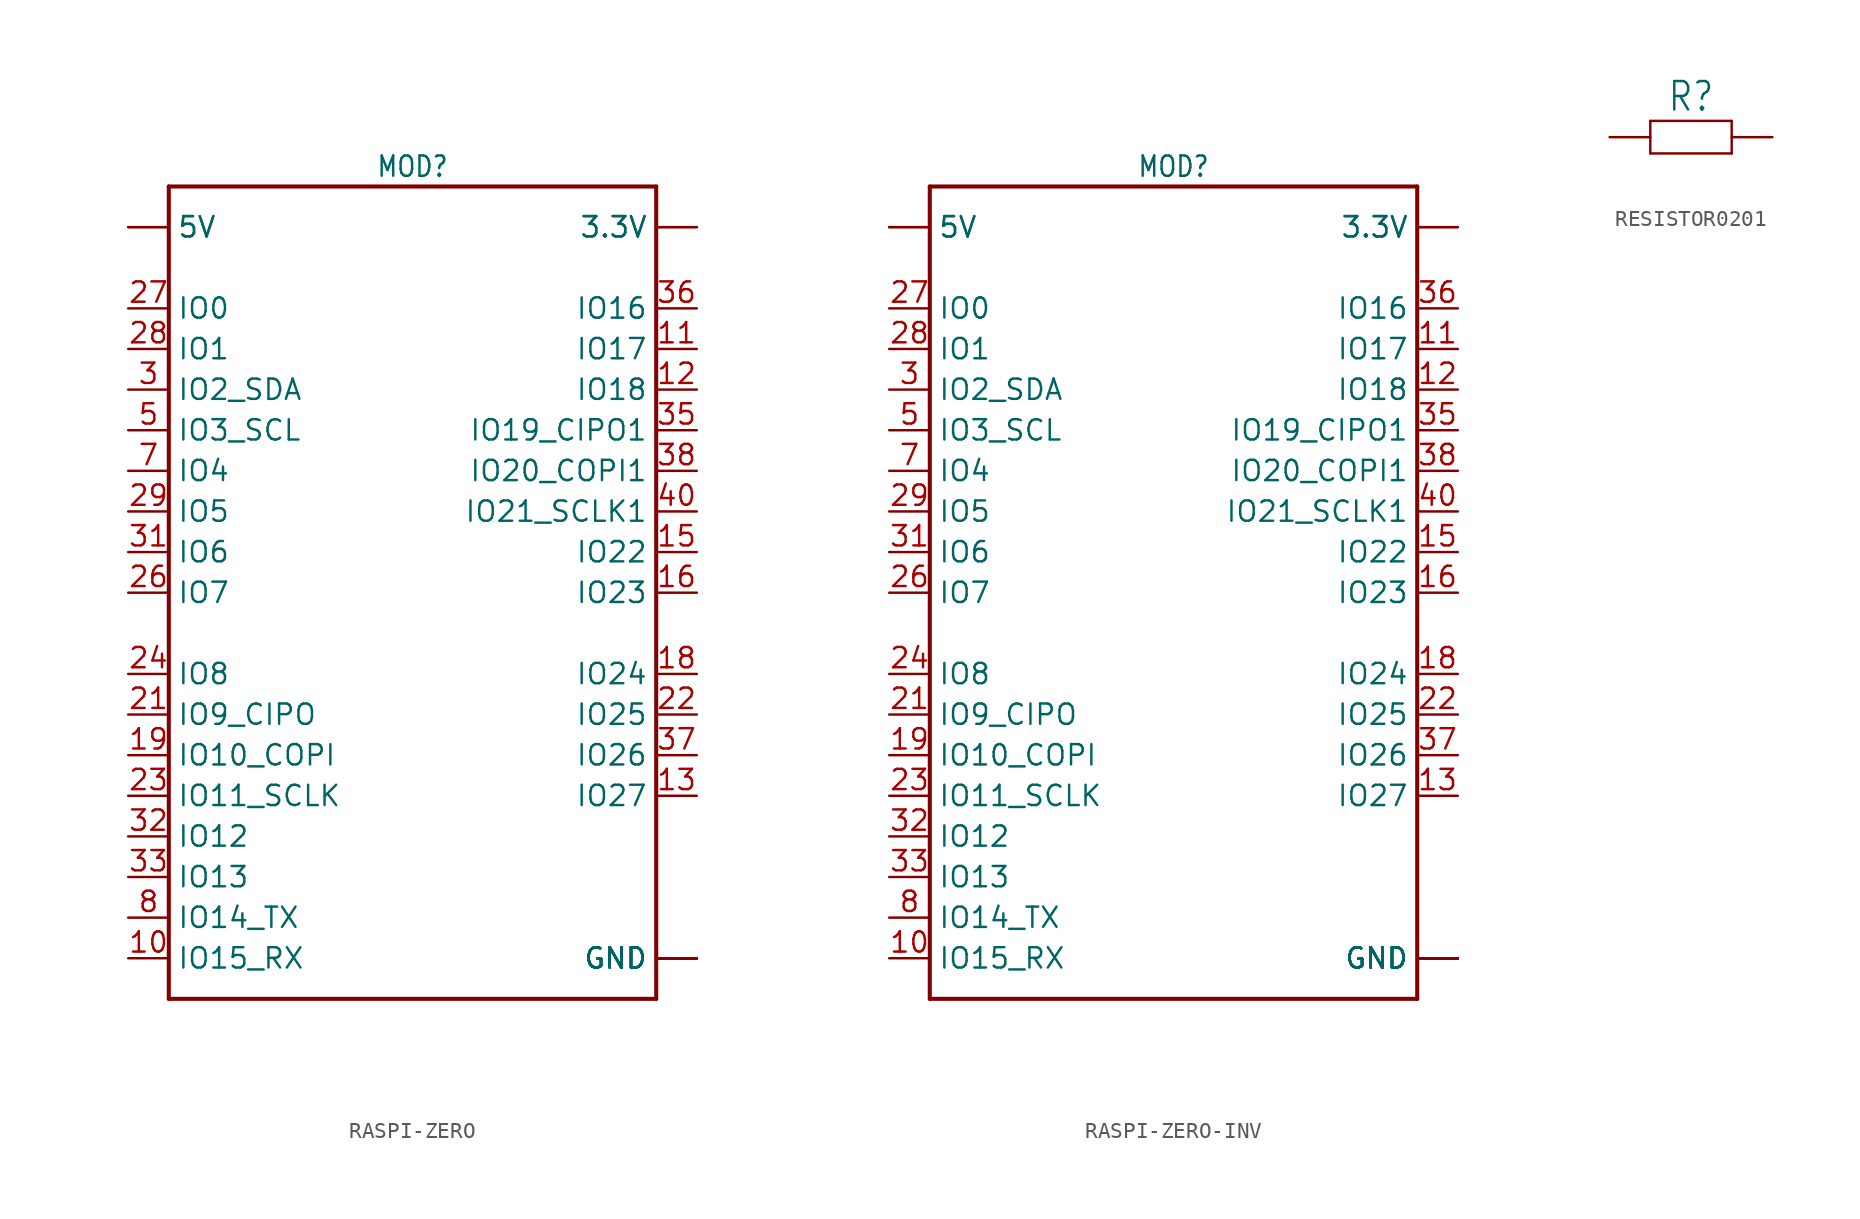
<source format=kicad_sym>
(kicad_symbol_lib
  (version 20220914)
  (generator kicad_symbol_editor)
  (symbol "RASPI-ZERO"
    (property "Reference" "MOD"
      (at 0 25.908 0)
      (effects (font (size 1.27 1.079)) (justify bottom)))
    (property "Value" ""
      (at 0 -27.178 0)
      (effects (font (size 1.27 1.079)) (justify bottom)))
    (property "ki_locked" ""
      (at 0 0 0)
      (effects (font (size 1.27 1.27))))
    (symbol "RASPI-ZERO_1_0"
      (polyline (pts (xy -15.24 -25.4) (xy 15.24 -25.4)) (stroke (width 0.254) (type solid)) (fill (type none)))
      (polyline (pts (xy -15.24 25.4) (xy -15.24 -25.4)) (stroke (width 0.254) (type solid)) (fill (type none)))
      (polyline (pts (xy 15.24 -25.4) (xy 15.24 25.4)) (stroke (width 0.254) (type solid)) (fill (type none)))
      (polyline (pts (xy 15.24 25.4) (xy -15.24 25.4)) (stroke (width 0.254) (type solid)) (fill (type none)))
      (pin power_in line (at 17.78 22.86 180) (length 2.54) (name "3.3V" (effects (font (size 1.27 1.27)))) (number "1" (effects (font (size 0 0)))))
      (pin bidirectional line (at -17.78 -22.86 0) (length 2.54) (name "IO15_RX" (effects (font (size 1.27 1.27)))) (number "10" (effects (font (size 1.27 1.27)))))
      (pin bidirectional line (at 17.78 15.24 180) (length 2.54) (name "IO17" (effects (font (size 1.27 1.27)))) (number "11" (effects (font (size 1.27 1.27)))))
      (pin bidirectional line (at 17.78 12.7 180) (length 2.54) (name "IO18" (effects (font (size 1.27 1.27)))) (number "12" (effects (font (size 1.27 1.27)))))
      (pin bidirectional line (at 17.78 -12.7 180) (length 2.54) (name "IO27" (effects (font (size 1.27 1.27)))) (number "13" (effects (font (size 1.27 1.27)))))
      (pin power_in line (at 17.78 -22.86 180) (length 2.54) (name "GND" (effects (font (size 1.27 1.27)))) (number "14" (effects (font (size 0 0)))))
      (pin bidirectional line (at 17.78 2.54 180) (length 2.54) (name "IO22" (effects (font (size 1.27 1.27)))) (number "15" (effects (font (size 1.27 1.27)))))
      (pin bidirectional line (at 17.78 0 180) (length 2.54) (name "IO23" (effects (font (size 1.27 1.27)))) (number "16" (effects (font (size 1.27 1.27)))))
      (pin power_in line (at 17.78 22.86 180) (length 2.54) (name "3.3V" (effects (font (size 1.27 1.27)))) (number "17" (effects (font (size 0 0)))))
      (pin bidirectional line (at 17.78 -5.08 180) (length 2.54) (name "IO24" (effects (font (size 1.27 1.27)))) (number "18" (effects (font (size 1.27 1.27)))))
      (pin bidirectional line (at -17.78 -10.16 0) (length 2.54) (name "IO10_COPI" (effects (font (size 1.27 1.27)))) (number "19" (effects (font (size 1.27 1.27)))))
      (pin power_in line (at -17.78 22.86 0) (length 2.54) (name "5V" (effects (font (size 1.27 1.27)))) (number "2" (effects (font (size 0 0)))))
      (pin power_in line (at 17.78 -22.86 180) (length 2.54) (name "GND" (effects (font (size 1.27 1.27)))) (number "20" (effects (font (size 0 0)))))
      (pin bidirectional line (at -17.78 -7.62 0) (length 2.54) (name "IO9_CIPO" (effects (font (size 1.27 1.27)))) (number "21" (effects (font (size 1.27 1.27)))))
      (pin bidirectional line (at 17.78 -7.62 180) (length 2.54) (name "IO25" (effects (font (size 1.27 1.27)))) (number "22" (effects (font (size 1.27 1.27)))))
      (pin bidirectional line (at -17.78 -12.7 0) (length 2.54) (name "IO11_SCLK" (effects (font (size 1.27 1.27)))) (number "23" (effects (font (size 1.27 1.27)))))
      (pin bidirectional line (at -17.78 -5.08 0) (length 2.54) (name "IO8" (effects (font (size 1.27 1.27)))) (number "24" (effects (font (size 1.27 1.27)))))
      (pin power_in line (at 17.78 -22.86 180) (length 2.54) (name "GND" (effects (font (size 1.27 1.27)))) (number "25" (effects (font (size 0 0)))))
      (pin bidirectional line (at -17.78 0 0) (length 2.54) (name "IO7" (effects (font (size 1.27 1.27)))) (number "26" (effects (font (size 1.27 1.27)))))
      (pin bidirectional line (at -17.78 17.78 0) (length 2.54) (name "IO0" (effects (font (size 1.27 1.27)))) (number "27" (effects (font (size 1.27 1.27)))))
      (pin bidirectional line (at -17.78 15.24 0) (length 2.54) (name "IO1" (effects (font (size 1.27 1.27)))) (number "28" (effects (font (size 1.27 1.27)))))
      (pin bidirectional line (at -17.78 5.08 0) (length 2.54) (name "IO5" (effects (font (size 1.27 1.27)))) (number "29" (effects (font (size 1.27 1.27)))))
      (pin bidirectional line (at -17.78 12.7 0) (length 2.54) (name "IO2_SDA" (effects (font (size 1.27 1.27)))) (number "3" (effects (font (size 1.27 1.27)))))
      (pin power_in line (at 17.78 -22.86 180) (length 2.54) (name "GND" (effects (font (size 1.27 1.27)))) (number "30" (effects (font (size 0 0)))))
      (pin bidirectional line (at -17.78 2.54 0) (length 2.54) (name "IO6" (effects (font (size 1.27 1.27)))) (number "31" (effects (font (size 1.27 1.27)))))
      (pin bidirectional line (at -17.78 -15.24 0) (length 2.54) (name "IO12" (effects (font (size 1.27 1.27)))) (number "32" (effects (font (size 1.27 1.27)))))
      (pin bidirectional line (at -17.78 -17.78 0) (length 2.54) (name "IO13" (effects (font (size 1.27 1.27)))) (number "33" (effects (font (size 1.27 1.27)))))
      (pin power_in line (at 17.78 -22.86 180) (length 2.54) (name "GND" (effects (font (size 1.27 1.27)))) (number "34" (effects (font (size 0 0)))))
      (pin bidirectional line (at 17.78 10.16 180) (length 2.54) (name "IO19_CIPO1" (effects (font (size 1.27 1.27)))) (number "35" (effects (font (size 1.27 1.27)))))
      (pin bidirectional line (at 17.78 17.78 180) (length 2.54) (name "IO16" (effects (font (size 1.27 1.27)))) (number "36" (effects (font (size 1.27 1.27)))))
      (pin bidirectional line (at 17.78 -10.16 180) (length 2.54) (name "IO26" (effects (font (size 1.27 1.27)))) (number "37" (effects (font (size 1.27 1.27)))))
      (pin bidirectional line (at 17.78 7.62 180) (length 2.54) (name "IO20_COPI1" (effects (font (size 1.27 1.27)))) (number "38" (effects (font (size 1.27 1.27)))))
      (pin power_in line (at 17.78 -22.86 180) (length 2.54) (name "GND" (effects (font (size 1.27 1.27)))) (number "39" (effects (font (size 0 0)))))
      (pin power_in line (at -17.78 22.86 0) (length 2.54) (name "5V" (effects (font (size 1.27 1.27)))) (number "4" (effects (font (size 0 0)))))
      (pin bidirectional line (at 17.78 5.08 180) (length 2.54) (name "IO21_SCLK1" (effects (font (size 1.27 1.27)))) (number "40" (effects (font (size 1.27 1.27)))))
      (pin bidirectional line (at -17.78 10.16 0) (length 2.54) (name "IO3_SCL" (effects (font (size 1.27 1.27)))) (number "5" (effects (font (size 1.27 1.27)))))
      (pin power_in line (at 17.78 -22.86 180) (length 2.54) (name "GND" (effects (font (size 1.27 1.27)))) (number "6" (effects (font (size 0 0)))))
      (pin bidirectional line (at -17.78 7.62 0) (length 2.54) (name "IO4" (effects (font (size 1.27 1.27)))) (number "7" (effects (font (size 1.27 1.27)))))
      (pin bidirectional line (at -17.78 -20.32 0) (length 2.54) (name "IO14_TX" (effects (font (size 1.27 1.27)))) (number "8" (effects (font (size 1.27 1.27)))))
      (pin power_in line (at 17.78 -22.86 180) (length 2.54) (name "GND" (effects (font (size 1.27 1.27)))) (number "9" (effects (font (size 0 0)))))))
  (symbol "RASPI-ZERO-INV"
    (property "Reference" "MOD"
      (at 0 25.908 0)
      (effects (font (size 1.27 1.079)) (justify bottom)))
    (property "Value" ""
      (at 0 -27.178 0)
      (effects (font (size 1.27 1.079)) (justify bottom)))
    (property "ki_locked" ""
      (at 0 0 0)
      (effects (font (size 1.27 1.27))))
    (symbol "RASPI-ZERO-INV_1_0"
      (polyline (pts (xy -15.24 -25.4) (xy 15.24 -25.4)) (stroke (width 0.254) (type solid)) (fill (type none)))
      (polyline (pts (xy -15.24 25.4) (xy -15.24 -25.4)) (stroke (width 0.254) (type solid)) (fill (type none)))
      (polyline (pts (xy 15.24 -25.4) (xy 15.24 25.4)) (stroke (width 0.254) (type solid)) (fill (type none)))
      (polyline (pts (xy 15.24 25.4) (xy -15.24 25.4)) (stroke (width 0.254) (type solid)) (fill (type none)))
      (pin power_in line (at 17.78 22.86 180) (length 2.54) (name "3.3V" (effects (font (size 1.27 1.27)))) (number "1" (effects (font (size 0 0)))))
      (pin bidirectional line (at -17.78 -22.86 0) (length 2.54) (name "IO15_RX" (effects (font (size 1.27 1.27)))) (number "10" (effects (font (size 1.27 1.27)))))
      (pin bidirectional line (at 17.78 15.24 180) (length 2.54) (name "IO17" (effects (font (size 1.27 1.27)))) (number "11" (effects (font (size 1.27 1.27)))))
      (pin bidirectional line (at 17.78 12.7 180) (length 2.54) (name "IO18" (effects (font (size 1.27 1.27)))) (number "12" (effects (font (size 1.27 1.27)))))
      (pin bidirectional line (at 17.78 -12.7 180) (length 2.54) (name "IO27" (effects (font (size 1.27 1.27)))) (number "13" (effects (font (size 1.27 1.27)))))
      (pin power_in line (at 17.78 -22.86 180) (length 2.54) (name "GND" (effects (font (size 1.27 1.27)))) (number "14" (effects (font (size 0 0)))))
      (pin bidirectional line (at 17.78 2.54 180) (length 2.54) (name "IO22" (effects (font (size 1.27 1.27)))) (number "15" (effects (font (size 1.27 1.27)))))
      (pin bidirectional line (at 17.78 0 180) (length 2.54) (name "IO23" (effects (font (size 1.27 1.27)))) (number "16" (effects (font (size 1.27 1.27)))))
      (pin power_in line (at 17.78 22.86 180) (length 2.54) (name "3.3V" (effects (font (size 1.27 1.27)))) (number "17" (effects (font (size 0 0)))))
      (pin bidirectional line (at 17.78 -5.08 180) (length 2.54) (name "IO24" (effects (font (size 1.27 1.27)))) (number "18" (effects (font (size 1.27 1.27)))))
      (pin bidirectional line (at -17.78 -10.16 0) (length 2.54) (name "IO10_COPI" (effects (font (size 1.27 1.27)))) (number "19" (effects (font (size 1.27 1.27)))))
      (pin power_in line (at -17.78 22.86 0) (length 2.54) (name "5V" (effects (font (size 1.27 1.27)))) (number "2" (effects (font (size 0 0)))))
      (pin power_in line (at 17.78 -22.86 180) (length 2.54) (name "GND" (effects (font (size 1.27 1.27)))) (number "20" (effects (font (size 0 0)))))
      (pin bidirectional line (at -17.78 -7.62 0) (length 2.54) (name "IO9_CIPO" (effects (font (size 1.27 1.27)))) (number "21" (effects (font (size 1.27 1.27)))))
      (pin bidirectional line (at 17.78 -7.62 180) (length 2.54) (name "IO25" (effects (font (size 1.27 1.27)))) (number "22" (effects (font (size 1.27 1.27)))))
      (pin bidirectional line (at -17.78 -12.7 0) (length 2.54) (name "IO11_SCLK" (effects (font (size 1.27 1.27)))) (number "23" (effects (font (size 1.27 1.27)))))
      (pin bidirectional line (at -17.78 -5.08 0) (length 2.54) (name "IO8" (effects (font (size 1.27 1.27)))) (number "24" (effects (font (size 1.27 1.27)))))
      (pin power_in line (at 17.78 -22.86 180) (length 2.54) (name "GND" (effects (font (size 1.27 1.27)))) (number "25" (effects (font (size 0 0)))))
      (pin bidirectional line (at -17.78 0 0) (length 2.54) (name "IO7" (effects (font (size 1.27 1.27)))) (number "26" (effects (font (size 1.27 1.27)))))
      (pin bidirectional line (at -17.78 17.78 0) (length 2.54) (name "IO0" (effects (font (size 1.27 1.27)))) (number "27" (effects (font (size 1.27 1.27)))))
      (pin bidirectional line (at -17.78 15.24 0) (length 2.54) (name "IO1" (effects (font (size 1.27 1.27)))) (number "28" (effects (font (size 1.27 1.27)))))
      (pin bidirectional line (at -17.78 5.08 0) (length 2.54) (name "IO5" (effects (font (size 1.27 1.27)))) (number "29" (effects (font (size 1.27 1.27)))))
      (pin bidirectional line (at -17.78 12.7 0) (length 2.54) (name "IO2_SDA" (effects (font (size 1.27 1.27)))) (number "3" (effects (font (size 1.27 1.27)))))
      (pin power_in line (at 17.78 -22.86 180) (length 2.54) (name "GND" (effects (font (size 1.27 1.27)))) (number "30" (effects (font (size 0 0)))))
      (pin bidirectional line (at -17.78 2.54 0) (length 2.54) (name "IO6" (effects (font (size 1.27 1.27)))) (number "31" (effects (font (size 1.27 1.27)))))
      (pin bidirectional line (at -17.78 -15.24 0) (length 2.54) (name "IO12" (effects (font (size 1.27 1.27)))) (number "32" (effects (font (size 1.27 1.27)))))
      (pin bidirectional line (at -17.78 -17.78 0) (length 2.54) (name "IO13" (effects (font (size 1.27 1.27)))) (number "33" (effects (font (size 1.27 1.27)))))
      (pin power_in line (at 17.78 -22.86 180) (length 2.54) (name "GND" (effects (font (size 1.27 1.27)))) (number "34" (effects (font (size 0 0)))))
      (pin bidirectional line (at 17.78 10.16 180) (length 2.54) (name "IO19_CIPO1" (effects (font (size 1.27 1.27)))) (number "35" (effects (font (size 1.27 1.27)))))
      (pin bidirectional line (at 17.78 17.78 180) (length 2.54) (name "IO16" (effects (font (size 1.27 1.27)))) (number "36" (effects (font (size 1.27 1.27)))))
      (pin bidirectional line (at 17.78 -10.16 180) (length 2.54) (name "IO26" (effects (font (size 1.27 1.27)))) (number "37" (effects (font (size 1.27 1.27)))))
      (pin bidirectional line (at 17.78 7.62 180) (length 2.54) (name "IO20_COPI1" (effects (font (size 1.27 1.27)))) (number "38" (effects (font (size 1.27 1.27)))))
      (pin power_in line (at 17.78 -22.86 180) (length 2.54) (name "GND" (effects (font (size 1.27 1.27)))) (number "39" (effects (font (size 0 0)))))
      (pin power_in line (at -17.78 22.86 0) (length 2.54) (name "5V" (effects (font (size 1.27 1.27)))) (number "4" (effects (font (size 0 0)))))
      (pin bidirectional line (at 17.78 5.08 180) (length 2.54) (name "IO21_SCLK1" (effects (font (size 1.27 1.27)))) (number "40" (effects (font (size 1.27 1.27)))))
      (pin bidirectional line (at -17.78 10.16 0) (length 2.54) (name "IO3_SCL" (effects (font (size 1.27 1.27)))) (number "5" (effects (font (size 1.27 1.27)))))
      (pin power_in line (at 17.78 -22.86 180) (length 2.54) (name "GND" (effects (font (size 1.27 1.27)))) (number "6" (effects (font (size 0 0)))))
      (pin bidirectional line (at -17.78 7.62 0) (length 2.54) (name "IO4" (effects (font (size 1.27 1.27)))) (number "7" (effects (font (size 1.27 1.27)))))
      (pin bidirectional line (at -17.78 -20.32 0) (length 2.54) (name "IO14_TX" (effects (font (size 1.27 1.27)))) (number "8" (effects (font (size 1.27 1.27)))))
      (pin power_in line (at 17.78 -22.86 180) (length 2.54) (name "GND" (effects (font (size 1.27 1.27)))) (number "9" (effects (font (size 0 0)))))))
  (symbol "RESISTOR0201"
    (property "Reference" "R"
      (at 0 1.499 0)
      (effects (font (size 1.778 1.511)) (justify bottom)))
    (property "Value" ""
      (at 0 -3.302 0)
      (effects (font (size 1.778 1.511)) (justify bottom)))
    (property "ki_locked" ""
      (at 0 0 0)
      (effects (font (size 1.27 1.27))))
    (symbol "RESISTOR0201_1_0"
      (polyline (pts (xy -2.54 -1.016) (xy -2.54 1.016)) (stroke (width 0.152) (type solid)) (fill (type none)))
      (polyline (pts (xy -2.54 -1.016) (xy 2.54 -1.016)) (stroke (width 0.152) (type solid)) (fill (type none)))
      (polyline (pts (xy -2.54 1.016) (xy 2.54 1.016)) (stroke (width 0.152) (type solid)) (fill (type none)))
      (polyline (pts (xy 2.54 -1.016) (xy 2.54 1.016)) (stroke (width 0.152) (type solid)) (fill (type none)))
      (pin passive line (at -5.08 0 0) (length 2.54) (name "1" (effects (font (size 0 0)))) (number "1" (effects (font (size 0 0)))))
      (pin passive line (at 5.08 0 180) (length 2.54) (name "2" (effects (font (size 0 0)))) (number "2" (effects (font (size 0 0))))))))
</source>
